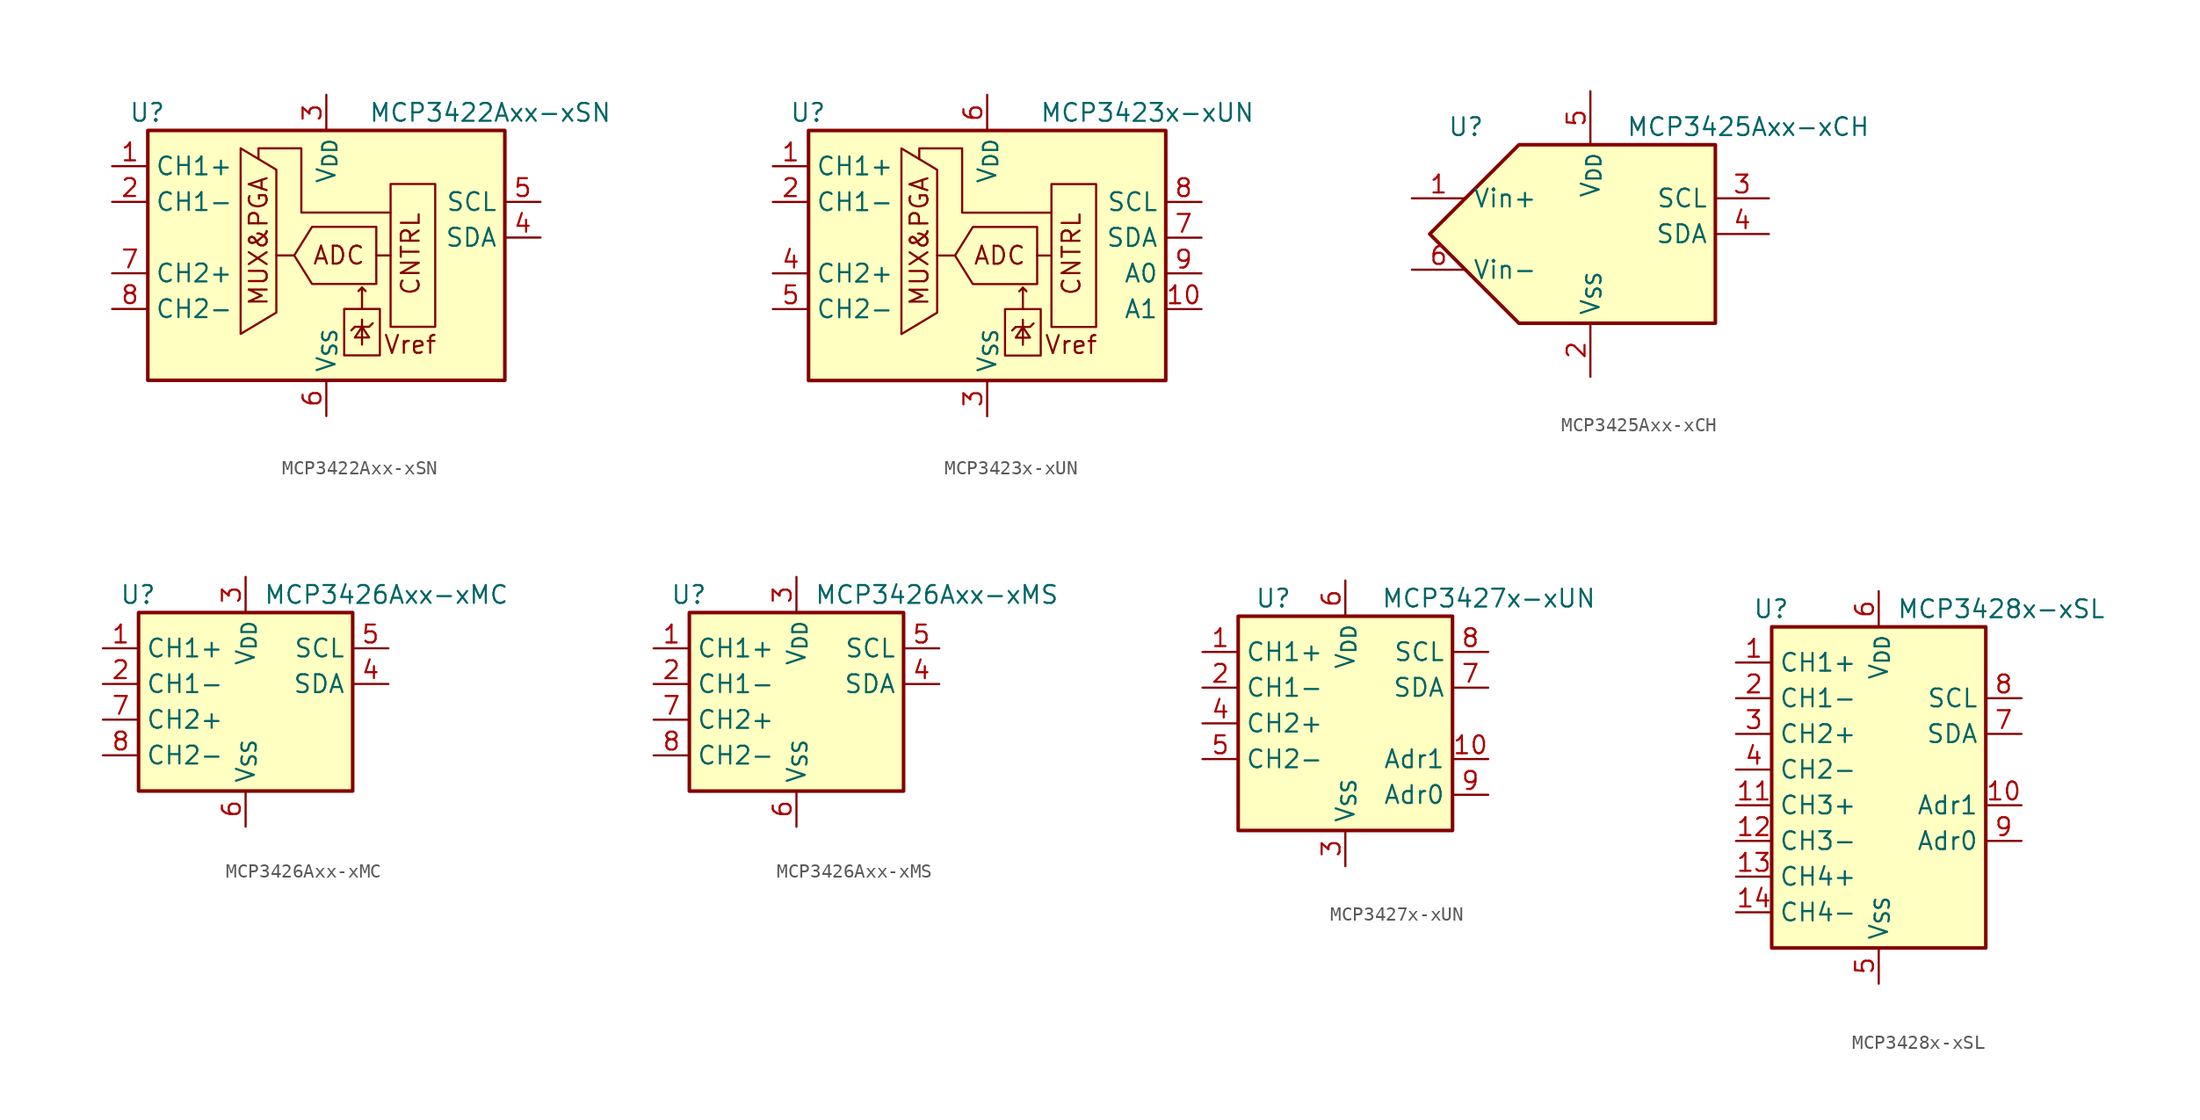
<source format=kicad_sym>
(kicad_symbol_lib
  (version 20220914)
  (generator kicad_symbol_editor)
  (symbol "MCP3422Axx-xSN"
    (property "Reference" "U"
      (at -11.43 8.89 0)
      (effects (font (size 1.27 1.27)) (justify right)))
    (property "Value" "MCP3422Axx-xSN"
      (at 20.32 8.89 0)
      (effects (font (size 1.27 1.27)) (justify right)))
    (symbol "MCP3422Axx-xSN_0_0"
      (polyline (pts (xy -6.096 6.35) (xy -3.556 4.826) (xy -3.556 -5.334) (xy -6.096 -6.858) (xy -6.096 6.35)) (stroke (width 0) (type default)) (fill (type none)))
      (polyline (pts (xy 4.572 1.778) (xy -1.778 1.778) (xy -1.778 6.35) (xy -4.826 6.35) (xy -4.826 5.588)) (stroke (width 0) (type default)) (fill (type none)))
      (polyline (pts (xy 3.556 0.762) (xy 3.556 -3.302) (xy -1.016 -3.302) (xy -2.286 -1.27) (xy -1.016 0.762) (xy 3.556 0.762)) (stroke (width 0) (type default)) (fill (type none)))
      (text "ADC" (at 0.889 -1.27 0) (effects (font (size 1.27 1.27))))
      (text "CNTRL" (at 6.731 -4.191 900) (effects (font (size 1.27 1.27)) (justify left bottom)))
      (text "MUX&PGA" (at -4.826 -0.254 900) (effects (font (size 1.27 1.27))))
      (text "Vref" (at 5.969 -7.62 0) (effects (font (size 1.27 1.27)))))
    (symbol "MCP3422Axx-xSN_0_1"
      (polyline (pts (xy -3.556 -1.27) (xy -2.286 -1.27)) (stroke (width 0) (type default)) (fill (type none)))
      (polyline (pts (xy 2.032 -6.35) (xy 1.778 -6.604)) (stroke (width 0) (type default)) (fill (type none)))
      (polyline (pts (xy 2.54 -5.842) (xy 2.54 -7.62)) (stroke (width 0) (type default)) (fill (type none)))
      (polyline (pts (xy 2.54 -3.556) (xy 2.794 -3.81)) (stroke (width 0) (type default)) (fill (type none)))
      (polyline (pts (xy 3.556 -1.27) (xy 4.572 -1.27)) (stroke (width 0) (type default)) (fill (type none)))
      (polyline (pts (xy 2.032 -6.35) (xy 3.048 -6.35) (xy 3.302 -6.096)) (stroke (width 0) (type default)) (fill (type none)))
      (polyline (pts (xy 2.54 -5.08) (xy 2.54 -3.556) (xy 2.286 -3.81)) (stroke (width 0) (type default)) (fill (type none)))
      (polyline (pts (xy 2.54 -6.35) (xy 2.032 -7.112) (xy 3.048 -7.112) (xy 2.54 -6.35)) (stroke (width 0) (type default)) (fill (type none)))
      (rectangle (start 1.27 -5.08) (end 3.81 -8.382) (stroke (width 0) (type default)) (fill (type none)))
      (rectangle (start 4.572 -6.35) (end 7.747 3.81) (stroke (width 0) (type default)) (fill (type none)))
      (rectangle (start 12.7 7.62) (end -12.7 -10.16) (stroke (width 0.254) (type default)) (fill (type background))))
    (symbol "MCP3422Axx-xSN_1_1"
      (pin input line (at -15.24 5.08 0) (length 2.54) (name "CH1+" (effects (font (size 1.27 1.27)))) (number "1" (effects (font (size 1.27 1.27)))))
      (pin input line (at -15.24 2.54 0) (length 2.54) (name "CH1-" (effects (font (size 1.27 1.27)))) (number "2" (effects (font (size 1.27 1.27)))))
      (pin power_in line (at 0 10.16 270) (length 2.54) (name "V_{DD}" (effects (font (size 1.27 1.27)))) (number "3" (effects (font (size 1.27 1.27)))))
      (pin bidirectional line (at 15.24 0 180) (length 2.54) (name "SDA" (effects (font (size 1.27 1.27)))) (number "4" (effects (font (size 1.27 1.27)))))
      (pin input line (at 15.24 2.54 180) (length 2.54) (name "SCL" (effects (font (size 1.27 1.27)))) (number "5" (effects (font (size 1.27 1.27)))))
      (pin power_in line (at 0 -12.7 90) (length 2.54) (name "V_{SS}" (effects (font (size 1.27 1.27)))) (number "6" (effects (font (size 1.27 1.27)))))
      (pin input line (at -15.24 -2.54 0) (length 2.54) (name "CH2+" (effects (font (size 1.27 1.27)))) (number "7" (effects (font (size 1.27 1.27)))))
      (pin input line (at -15.24 -5.08 0) (length 2.54) (name "CH2-" (effects (font (size 1.27 1.27)))) (number "8" (effects (font (size 1.27 1.27)))))))
  (symbol "MCP3423x-xUN"
    (property "Reference" "U"
      (at -11.43 8.89 0)
      (effects (font (size 1.27 1.27)) (justify right)))
    (property "Value" "MCP3423x-xUN"
      (at 19.05 8.89 0)
      (effects (font (size 1.27 1.27)) (justify right)))
    (symbol "MCP3423x-xUN_0_0"
      (polyline (pts (xy -6.096 6.35) (xy -3.556 4.826) (xy -3.556 -5.334) (xy -6.096 -6.858) (xy -6.096 6.35)) (stroke (width 0) (type default)) (fill (type none)))
      (polyline (pts (xy 4.572 1.778) (xy -1.778 1.778) (xy -1.778 6.35) (xy -4.826 6.35) (xy -4.826 5.588)) (stroke (width 0) (type default)) (fill (type none)))
      (polyline (pts (xy 3.556 0.762) (xy 3.556 -3.302) (xy -1.016 -3.302) (xy -2.286 -1.27) (xy -1.016 0.762) (xy 3.556 0.762)) (stroke (width 0) (type default)) (fill (type none)))
      (text "ADC" (at 0.889 -1.27 0) (effects (font (size 1.27 1.27))))
      (text "CNTRL" (at 6.731 -4.191 900) (effects (font (size 1.27 1.27)) (justify left bottom)))
      (text "MUX&PGA" (at -4.826 -0.254 900) (effects (font (size 1.27 1.27))))
      (text "Vref" (at 5.969 -7.62 0) (effects (font (size 1.27 1.27)))))
    (symbol "MCP3423x-xUN_0_1"
      (polyline (pts (xy -3.556 -1.27) (xy -2.286 -1.27)) (stroke (width 0) (type default)) (fill (type none)))
      (polyline (pts (xy 2.032 -6.35) (xy 1.778 -6.604)) (stroke (width 0) (type default)) (fill (type none)))
      (polyline (pts (xy 2.54 -5.842) (xy 2.54 -7.62)) (stroke (width 0) (type default)) (fill (type none)))
      (polyline (pts (xy 2.54 -3.556) (xy 2.794 -3.81)) (stroke (width 0) (type default)) (fill (type none)))
      (polyline (pts (xy 3.556 -1.27) (xy 4.572 -1.27)) (stroke (width 0) (type default)) (fill (type none)))
      (polyline (pts (xy 2.032 -6.35) (xy 3.048 -6.35) (xy 3.302 -6.096)) (stroke (width 0) (type default)) (fill (type none)))
      (polyline (pts (xy 2.54 -5.08) (xy 2.54 -3.556) (xy 2.286 -3.81)) (stroke (width 0) (type default)) (fill (type none)))
      (polyline (pts (xy 2.54 -6.35) (xy 2.032 -7.112) (xy 3.048 -7.112) (xy 2.54 -6.35)) (stroke (width 0) (type default)) (fill (type none)))
      (rectangle (start 1.27 -5.08) (end 3.81 -8.382) (stroke (width 0) (type default)) (fill (type none)))
      (rectangle (start 4.572 -6.35) (end 7.747 3.81) (stroke (width 0) (type default)) (fill (type none)))
      (rectangle (start 12.7 7.62) (end -12.7 -10.16) (stroke (width 0.254) (type default)) (fill (type background))))
    (symbol "MCP3423x-xUN_1_1"
      (pin input line (at -15.24 5.08 0) (length 2.54) (name "CH1+" (effects (font (size 1.27 1.27)))) (number "1" (effects (font (size 1.27 1.27)))))
      (pin input line (at 15.24 -5.08 180) (length 2.54) (name "A1" (effects (font (size 1.27 1.27)))) (number "10" (effects (font (size 1.27 1.27)))))
      (pin input line (at -15.24 2.54 0) (length 2.54) (name "CH1-" (effects (font (size 1.27 1.27)))) (number "2" (effects (font (size 1.27 1.27)))))
      (pin power_in line (at 0 -12.7 90) (length 2.54) (name "V_{SS}" (effects (font (size 1.27 1.27)))) (number "3" (effects (font (size 1.27 1.27)))))
      (pin input line (at -15.24 -2.54 0) (length 2.54) (name "CH2+" (effects (font (size 1.27 1.27)))) (number "4" (effects (font (size 1.27 1.27)))))
      (pin input line (at -15.24 -5.08 0) (length 2.54) (name "CH2-" (effects (font (size 1.27 1.27)))) (number "5" (effects (font (size 1.27 1.27)))))
      (pin power_in line (at 0 10.16 270) (length 2.54) (name "V_{DD}" (effects (font (size 1.27 1.27)))) (number "6" (effects (font (size 1.27 1.27)))))
      (pin bidirectional line (at 15.24 0 180) (length 2.54) (name "SDA" (effects (font (size 1.27 1.27)))) (number "7" (effects (font (size 1.27 1.27)))))
      (pin input line (at 15.24 2.54 180) (length 2.54) (name "SCL" (effects (font (size 1.27 1.27)))) (number "8" (effects (font (size 1.27 1.27)))))
      (pin input line (at 15.24 -2.54 180) (length 2.54) (name "A0" (effects (font (size 1.27 1.27)))) (number "9" (effects (font (size 1.27 1.27)))))))
  (symbol "MCP3425Axx-xCH"
    (property "Reference" "U"
      (at -10.16 7.62 0)
      (effects (font (size 1.27 1.27)) (justify left)))
    (property "Value" "MCP3425Axx-xCH"
      (at 2.54 7.62 0)
      (effects (font (size 1.27 1.27)) (justify left)))
    (symbol "MCP3425Axx-xCH_0_1"
      (polyline (pts (xy -5.08 6.35) (xy 8.89 6.35) (xy 8.89 0) (xy 8.89 -6.35) (xy -5.08 -6.35) (xy -11.43 0) (xy -5.08 6.35)) (stroke (width 0.254) (type default)) (fill (type background))))
    (symbol "MCP3425Axx-xCH_1_1"
      (pin passive line (at -12.7 2.54 0) (length 3.81) (name "Vin+" (effects (font (size 1.27 1.27)))) (number "1" (effects (font (size 1.27 1.27)))))
      (pin power_in line (at 0 -10.16 90) (length 3.81) (name "V_{SS}" (effects (font (size 1.27 1.27)))) (number "2" (effects (font (size 1.27 1.27)))))
      (pin input line (at 12.7 2.54 180) (length 3.81) (name "SCL" (effects (font (size 1.27 1.27)))) (number "3" (effects (font (size 1.27 1.27)))))
      (pin bidirectional line (at 12.7 0 180) (length 3.81) (name "SDA" (effects (font (size 1.27 1.27)))) (number "4" (effects (font (size 1.27 1.27)))))
      (pin power_in line (at 0 10.16 270) (length 3.81) (name "V_{DD}" (effects (font (size 1.27 1.27)))) (number "5" (effects (font (size 1.27 1.27)))))
      (pin passive line (at -12.7 -2.54 0) (length 3.81) (name "Vin-" (effects (font (size 1.27 1.27)))) (number "6" (effects (font (size 1.27 1.27)))))))
  (symbol "MCP3426Axx-xMC"
    (property "Reference" "U"
      (at -6.35 8.89 0)
      (effects (font (size 1.27 1.27)) (justify right)))
    (property "Value" "MCP3426Axx-xMC"
      (at 1.27 8.89 0)
      (effects (font (size 1.27 1.27)) (justify left)))
    (symbol "MCP3426Axx-xMC_0_1"
      (rectangle (start -7.62 7.62) (end 7.62 -5.08) (stroke (width 0.254) (type default)) (fill (type background))))
    (symbol "MCP3426Axx-xMC_1_1"
      (pin input line (at -10.16 5.08 0) (length 2.54) (name "CH1+" (effects (font (size 1.27 1.27)))) (number "1" (effects (font (size 1.27 1.27)))))
      (pin input line (at -10.16 2.54 0) (length 2.54) (name "CH1-" (effects (font (size 1.27 1.27)))) (number "2" (effects (font (size 1.27 1.27)))))
      (pin power_in line (at 0 10.16 270) (length 2.54) (name "V_{DD}" (effects (font (size 1.27 1.27)))) (number "3" (effects (font (size 1.27 1.27)))))
      (pin bidirectional line (at 10.16 2.54 180) (length 2.54) (name "SDA" (effects (font (size 1.27 1.27)))) (number "4" (effects (font (size 1.27 1.27)))))
      (pin input line (at 10.16 5.08 180) (length 2.54) (name "SCL" (effects (font (size 1.27 1.27)))) (number "5" (effects (font (size 1.27 1.27)))))
      (pin power_in line (at 0 -7.62 90) (length 2.54) (name "V_{SS}" (effects (font (size 1.27 1.27)))) (number "6" (effects (font (size 1.27 1.27)))))
      (pin input line (at -10.16 0 0) (length 2.54) (name "CH2+" (effects (font (size 1.27 1.27)))) (number "7" (effects (font (size 1.27 1.27)))))
      (pin input line (at -10.16 -2.54 0) (length 2.54) (name "CH2-" (effects (font (size 1.27 1.27)))) (number "8" (effects (font (size 1.27 1.27)))))
      (pin passive line (at 0 -7.62 90) (length 2.54) hide (name "V_{SS}" (effects (font (size 1.27 1.27)))) (number "9" (effects (font (size 1.27 1.27)))))))
  (symbol "MCP3426Axx-xMS"
    (property "Reference" "U"
      (at -6.35 8.89 0)
      (effects (font (size 1.27 1.27)) (justify right)))
    (property "Value" "MCP3426Axx-xMS"
      (at 1.27 8.89 0)
      (effects (font (size 1.27 1.27)) (justify left)))
    (symbol "MCP3426Axx-xMS_0_1"
      (rectangle (start -7.62 7.62) (end 7.62 -5.08) (stroke (width 0.254) (type default)) (fill (type background))))
    (symbol "MCP3426Axx-xMS_1_1"
      (pin input line (at -10.16 5.08 0) (length 2.54) (name "CH1+" (effects (font (size 1.27 1.27)))) (number "1" (effects (font (size 1.27 1.27)))))
      (pin input line (at -10.16 2.54 0) (length 2.54) (name "CH1-" (effects (font (size 1.27 1.27)))) (number "2" (effects (font (size 1.27 1.27)))))
      (pin power_in line (at 0 10.16 270) (length 2.54) (name "V_{DD}" (effects (font (size 1.27 1.27)))) (number "3" (effects (font (size 1.27 1.27)))))
      (pin bidirectional line (at 10.16 2.54 180) (length 2.54) (name "SDA" (effects (font (size 1.27 1.27)))) (number "4" (effects (font (size 1.27 1.27)))))
      (pin input line (at 10.16 5.08 180) (length 2.54) (name "SCL" (effects (font (size 1.27 1.27)))) (number "5" (effects (font (size 1.27 1.27)))))
      (pin power_in line (at 0 -7.62 90) (length 2.54) (name "V_{SS}" (effects (font (size 1.27 1.27)))) (number "6" (effects (font (size 1.27 1.27)))))
      (pin input line (at -10.16 0 0) (length 2.54) (name "CH2+" (effects (font (size 1.27 1.27)))) (number "7" (effects (font (size 1.27 1.27)))))
      (pin input line (at -10.16 -2.54 0) (length 2.54) (name "CH2-" (effects (font (size 1.27 1.27)))) (number "8" (effects (font (size 1.27 1.27)))))))
  (symbol "MCP3427x-xUN"
    (property "Reference" "U"
      (at -3.81 8.89 0)
      (effects (font (size 1.27 1.27)) (justify right)))
    (property "Value" "MCP3427x-xUN"
      (at 2.54 8.89 0)
      (effects (font (size 1.27 1.27)) (justify left)))
    (symbol "MCP3427x-xUN_0_1"
      (rectangle (start -7.62 7.62) (end 7.62 -7.62) (stroke (width 0.254) (type default)) (fill (type background))))
    (symbol "MCP3427x-xUN_1_1"
      (pin input line (at -10.16 5.08 0) (length 2.54) (name "CH1+" (effects (font (size 1.27 1.27)))) (number "1" (effects (font (size 1.27 1.27)))))
      (pin input line (at 10.16 -2.54 180) (length 2.54) (name "Adr1" (effects (font (size 1.27 1.27)))) (number "10" (effects (font (size 1.27 1.27)))))
      (pin input line (at -10.16 2.54 0) (length 2.54) (name "CH1-" (effects (font (size 1.27 1.27)))) (number "2" (effects (font (size 1.27 1.27)))))
      (pin power_in line (at 0 -10.16 90) (length 2.54) (name "V_{SS}" (effects (font (size 1.27 1.27)))) (number "3" (effects (font (size 1.27 1.27)))))
      (pin input line (at -10.16 0 0) (length 2.54) (name "CH2+" (effects (font (size 1.27 1.27)))) (number "4" (effects (font (size 1.27 1.27)))))
      (pin input line (at -10.16 -2.54 0) (length 2.54) (name "CH2-" (effects (font (size 1.27 1.27)))) (number "5" (effects (font (size 1.27 1.27)))))
      (pin power_in line (at 0 10.16 270) (length 2.54) (name "V_{DD}" (effects (font (size 1.27 1.27)))) (number "6" (effects (font (size 1.27 1.27)))))
      (pin bidirectional line (at 10.16 2.54 180) (length 2.54) (name "SDA" (effects (font (size 1.27 1.27)))) (number "7" (effects (font (size 1.27 1.27)))))
      (pin input line (at 10.16 5.08 180) (length 2.54) (name "SCL" (effects (font (size 1.27 1.27)))) (number "8" (effects (font (size 1.27 1.27)))))
      (pin input line (at 10.16 -5.08 180) (length 2.54) (name "Adr0" (effects (font (size 1.27 1.27)))) (number "9" (effects (font (size 1.27 1.27)))))))
  (symbol "MCP3428x-xSL"
    (property "Reference" "U"
      (at -6.35 11.43 0)
      (effects (font (size 1.27 1.27)) (justify right)))
    (property "Value" "MCP3428x-xSL"
      (at 1.27 11.43 0)
      (effects (font (size 1.27 1.27)) (justify left)))
    (symbol "MCP3428x-xSL_0_1"
      (rectangle (start -7.62 10.16) (end 7.62 -12.7) (stroke (width 0.254) (type default)) (fill (type background))))
    (symbol "MCP3428x-xSL_1_1"
      (pin input line (at -10.16 7.62 0) (length 2.54) (name "CH1+" (effects (font (size 1.27 1.27)))) (number "1" (effects (font (size 1.27 1.27)))))
      (pin input line (at 10.16 -2.54 180) (length 2.54) (name "Adr1" (effects (font (size 1.27 1.27)))) (number "10" (effects (font (size 1.27 1.27)))))
      (pin input line (at -10.16 -2.54 0) (length 2.54) (name "CH3+" (effects (font (size 1.27 1.27)))) (number "11" (effects (font (size 1.27 1.27)))))
      (pin input line (at -10.16 -5.08 0) (length 2.54) (name "CH3-" (effects (font (size 1.27 1.27)))) (number "12" (effects (font (size 1.27 1.27)))))
      (pin input line (at -10.16 -7.62 0) (length 2.54) (name "CH4+" (effects (font (size 1.27 1.27)))) (number "13" (effects (font (size 1.27 1.27)))))
      (pin input line (at -10.16 -10.16 0) (length 2.54) (name "CH4-" (effects (font (size 1.27 1.27)))) (number "14" (effects (font (size 1.27 1.27)))))
      (pin input line (at -10.16 5.08 0) (length 2.54) (name "CH1-" (effects (font (size 1.27 1.27)))) (number "2" (effects (font (size 1.27 1.27)))))
      (pin input line (at -10.16 2.54 0) (length 2.54) (name "CH2+" (effects (font (size 1.27 1.27)))) (number "3" (effects (font (size 1.27 1.27)))))
      (pin input line (at -10.16 0 0) (length 2.54) (name "CH2-" (effects (font (size 1.27 1.27)))) (number "4" (effects (font (size 1.27 1.27)))))
      (pin power_in line (at 0 -15.24 90) (length 2.54) (name "V_{SS}" (effects (font (size 1.27 1.27)))) (number "5" (effects (font (size 1.27 1.27)))))
      (pin power_in line (at 0 12.7 270) (length 2.54) (name "V_{DD}" (effects (font (size 1.27 1.27)))) (number "6" (effects (font (size 1.27 1.27)))))
      (pin bidirectional line (at 10.16 2.54 180) (length 2.54) (name "SDA" (effects (font (size 1.27 1.27)))) (number "7" (effects (font (size 1.27 1.27)))))
      (pin input line (at 10.16 5.08 180) (length 2.54) (name "SCL" (effects (font (size 1.27 1.27)))) (number "8" (effects (font (size 1.27 1.27)))))
      (pin input line (at 10.16 -5.08 180) (length 2.54) (name "Adr0" (effects (font (size 1.27 1.27)))) (number "9" (effects (font (size 1.27 1.27))))))))
</source>
